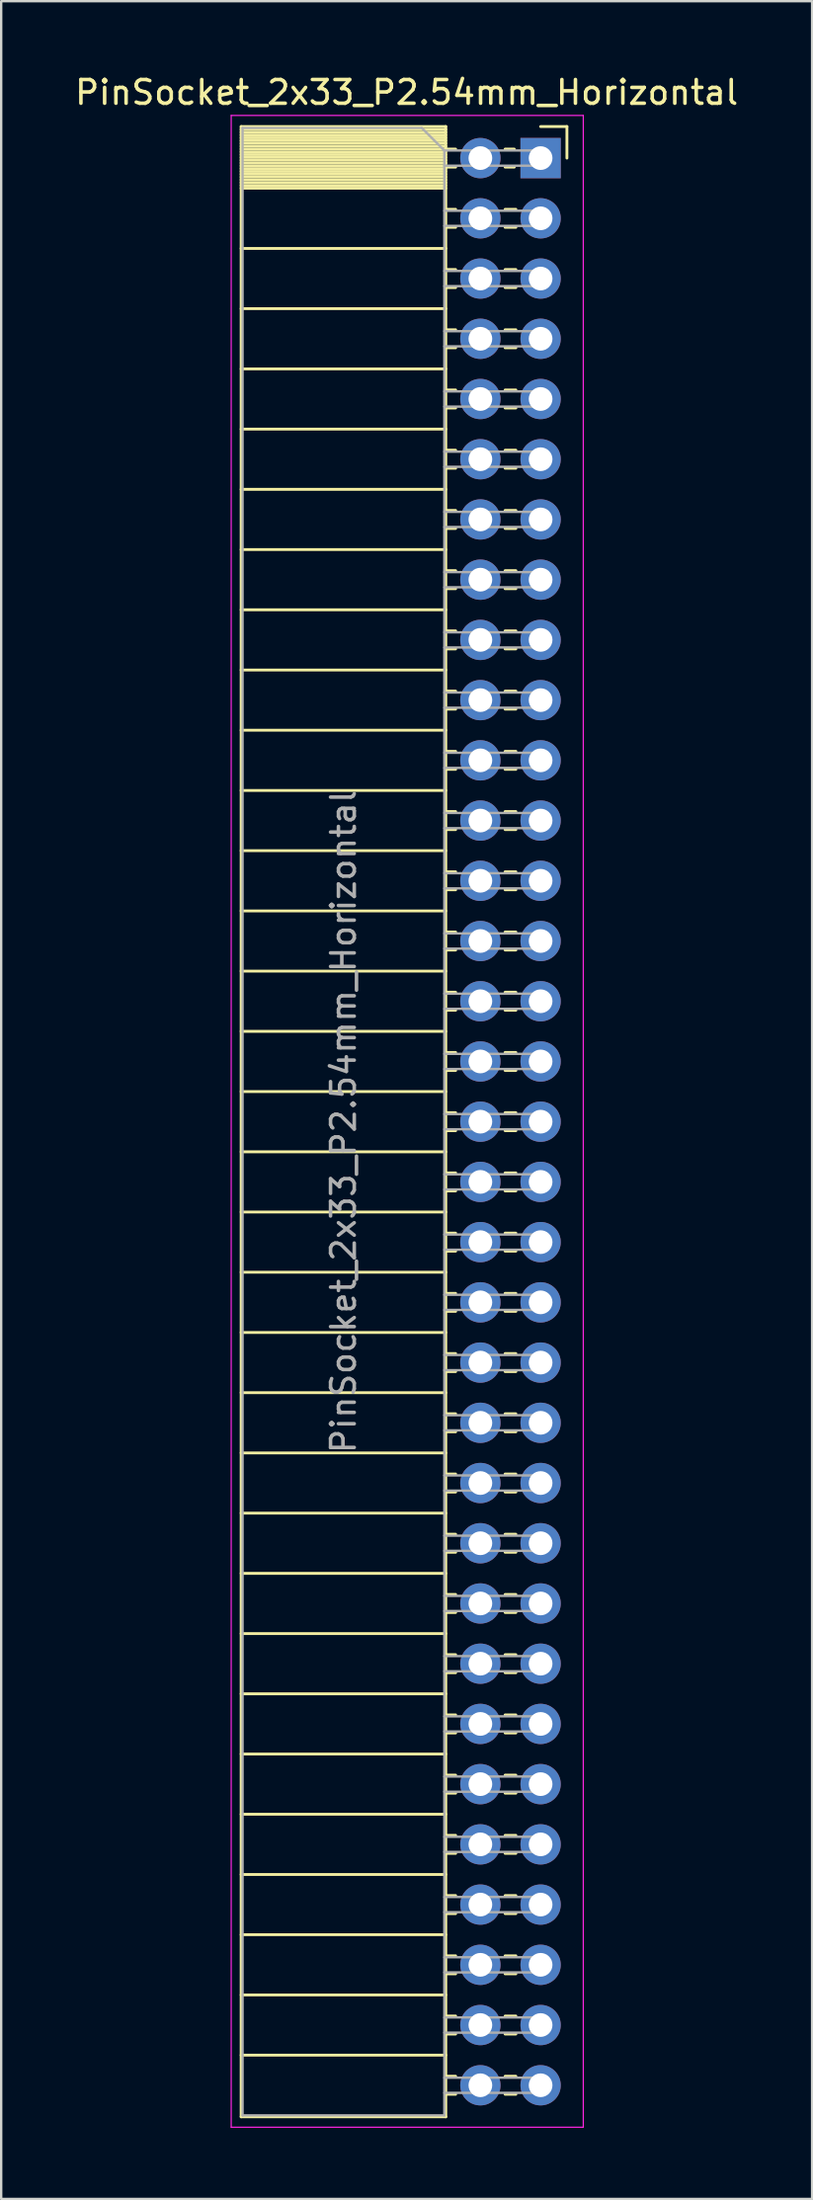
<source format=kicad_pcb>
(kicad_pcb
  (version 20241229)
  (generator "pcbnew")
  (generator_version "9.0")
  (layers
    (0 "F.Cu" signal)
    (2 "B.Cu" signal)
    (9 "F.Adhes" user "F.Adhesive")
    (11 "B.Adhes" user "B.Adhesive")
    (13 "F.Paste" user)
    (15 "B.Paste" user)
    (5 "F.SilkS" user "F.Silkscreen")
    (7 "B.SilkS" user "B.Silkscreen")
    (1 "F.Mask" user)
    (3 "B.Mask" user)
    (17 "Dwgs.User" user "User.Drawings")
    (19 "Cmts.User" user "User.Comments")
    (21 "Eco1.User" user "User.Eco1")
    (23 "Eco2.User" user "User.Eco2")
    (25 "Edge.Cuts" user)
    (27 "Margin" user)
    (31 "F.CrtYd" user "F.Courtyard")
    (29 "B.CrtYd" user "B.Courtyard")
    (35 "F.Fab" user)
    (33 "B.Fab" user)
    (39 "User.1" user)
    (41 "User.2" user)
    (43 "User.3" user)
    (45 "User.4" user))
  (footprint "PinSocket_2x33_P2.54mm_Horizontal"
    (layer "F.Cu")
    (at 19.751 3.618)
    (property "Reference" "PinSocket_2x33_P2.54mm_Horizontal" (at -5.65 -2.77 0) (layer "F.SilkS") (effects (font (size 1 1) (thickness 0.15))))
    (attr through_hole)
    (fp_line (start -12.63 -1.33) (end -12.63 82.61) (stroke (width 0.12) (type solid)) (layer "F.SilkS"))
    (fp_line (start -12.63 -1.33) (end -4 -1.33) (stroke (width 0.12) (type solid)) (layer "F.SilkS"))
    (fp_line (start -12.63 -1.21) (end -4 -1.21) (stroke (width 0.12) (type solid)) (layer "F.SilkS"))
    (fp_line (start -12.63 -1.092) (end -4 -1.092) (stroke (width 0.12) (type solid)) (layer "F.SilkS"))
    (fp_line (start -12.63 -0.974) (end -4 -0.974) (stroke (width 0.12) (type solid)) (layer "F.SilkS"))
    (fp_line (start -12.63 -0.856) (end -4 -0.856) (stroke (width 0.12) (type solid)) (layer "F.SilkS"))
    (fp_line (start -12.63 -0.738) (end -4 -0.738) (stroke (width 0.12) (type solid)) (layer "F.SilkS"))
    (fp_line (start -12.63 -0.62) (end -4 -0.62) (stroke (width 0.12) (type solid)) (layer "F.SilkS"))
    (fp_line (start -12.63 -0.501) (end -4 -0.501) (stroke (width 0.12) (type solid)) (layer "F.SilkS"))
    (fp_line (start -12.63 -0.383) (end -4 -0.383) (stroke (width 0.12) (type solid)) (layer "F.SilkS"))
    (fp_line (start -12.63 -0.265) (end -4 -0.265) (stroke (width 0.12) (type solid)) (layer "F.SilkS"))
    (fp_line (start -12.63 -0.147) (end -4 -0.147) (stroke (width 0.12) (type solid)) (layer "F.SilkS"))
    (fp_line (start -12.63 -0.029) (end -4 -0.029) (stroke (width 0.12) (type solid)) (layer "F.SilkS"))
    (fp_line (start -12.63 0.089) (end -4 0.089) (stroke (width 0.12) (type solid)) (layer "F.SilkS"))
    (fp_line (start -12.63 0.207) (end -4 0.207) (stroke (width 0.12) (type solid)) (layer "F.SilkS"))
    (fp_line (start -12.63 0.325) (end -4 0.325) (stroke (width 0.12) (type solid)) (layer "F.SilkS"))
    (fp_line (start -12.63 0.443) (end -4 0.443) (stroke (width 0.12) (type solid)) (layer "F.SilkS"))
    (fp_line (start -12.63 0.561) (end -4 0.561) (stroke (width 0.12) (type solid)) (layer "F.SilkS"))
    (fp_line (start -12.63 0.68) (end -4 0.68) (stroke (width 0.12) (type solid)) (layer "F.SilkS"))
    (fp_line (start -12.63 0.798) (end -4 0.798) (stroke (width 0.12) (type solid)) (layer "F.SilkS"))
    (fp_line (start -12.63 0.916) (end -4 0.916) (stroke (width 0.12) (type solid)) (layer "F.SilkS"))
    (fp_line (start -12.63 1.034) (end -4 1.034) (stroke (width 0.12) (type solid)) (layer "F.SilkS"))
    (fp_line (start -12.63 1.152) (end -4 1.152) (stroke (width 0.12) (type solid)) (layer "F.SilkS"))
    (fp_line (start -12.63 1.27) (end -4 1.27) (stroke (width 0.12) (type solid)) (layer "F.SilkS"))
    (fp_line (start -12.63 3.81) (end -4 3.81) (stroke (width 0.12) (type solid)) (layer "F.SilkS"))
    (fp_line (start -12.63 6.35) (end -4 6.35) (stroke (width 0.12) (type solid)) (layer "F.SilkS"))
    (fp_line (start -12.63 8.89) (end -4 8.89) (stroke (width 0.12) (type solid)) (layer "F.SilkS"))
    (fp_line (start -12.63 11.43) (end -4 11.43) (stroke (width 0.12) (type solid)) (layer "F.SilkS"))
    (fp_line (start -12.63 13.97) (end -4 13.97) (stroke (width 0.12) (type solid)) (layer "F.SilkS"))
    (fp_line (start -12.63 16.51) (end -4 16.51) (stroke (width 0.12) (type solid)) (layer "F.SilkS"))
    (fp_line (start -12.63 19.05) (end -4 19.05) (stroke (width 0.12) (type solid)) (layer "F.SilkS"))
    (fp_line (start -12.63 21.59) (end -4 21.59) (stroke (width 0.12) (type solid)) (layer "F.SilkS"))
    (fp_line (start -12.63 24.13) (end -4 24.13) (stroke (width 0.12) (type solid)) (layer "F.SilkS"))
    (fp_line (start -12.63 26.67) (end -4 26.67) (stroke (width 0.12) (type solid)) (layer "F.SilkS"))
    (fp_line (start -12.63 29.21) (end -4 29.21) (stroke (width 0.12) (type solid)) (layer "F.SilkS"))
    (fp_line (start -12.63 31.75) (end -4 31.75) (stroke (width 0.12) (type solid)) (layer "F.SilkS"))
    (fp_line (start -12.63 34.29) (end -4 34.29) (stroke (width 0.12) (type solid)) (layer "F.SilkS"))
    (fp_line (start -12.63 36.83) (end -4 36.83) (stroke (width 0.12) (type solid)) (layer "F.SilkS"))
    (fp_line (start -12.63 39.37) (end -4 39.37) (stroke (width 0.12) (type solid)) (layer "F.SilkS"))
    (fp_line (start -12.63 41.91) (end -4 41.91) (stroke (width 0.12) (type solid)) (layer "F.SilkS"))
    (fp_line (start -12.63 44.45) (end -4 44.45) (stroke (width 0.12) (type solid)) (layer "F.SilkS"))
    (fp_line (start -12.63 46.99) (end -4 46.99) (stroke (width 0.12) (type solid)) (layer "F.SilkS"))
    (fp_line (start -12.63 49.53) (end -4 49.53) (stroke (width 0.12) (type solid)) (layer "F.SilkS"))
    (fp_line (start -12.63 52.07) (end -4 52.07) (stroke (width 0.12) (type solid)) (layer "F.SilkS"))
    (fp_line (start -12.63 54.61) (end -4 54.61) (stroke (width 0.12) (type solid)) (layer "F.SilkS"))
    (fp_line (start -12.63 57.15) (end -4 57.15) (stroke (width 0.12) (type solid)) (layer "F.SilkS"))
    (fp_line (start -12.63 59.69) (end -4 59.69) (stroke (width 0.12) (type solid)) (layer "F.SilkS"))
    (fp_line (start -12.63 62.23) (end -4 62.23) (stroke (width 0.12) (type solid)) (layer "F.SilkS"))
    (fp_line (start -12.63 64.77) (end -4 64.77) (stroke (width 0.12) (type solid)) (layer "F.SilkS"))
    (fp_line (start -12.63 67.31) (end -4 67.31) (stroke (width 0.12) (type solid)) (layer "F.SilkS"))
    (fp_line (start -12.63 69.85) (end -4 69.85) (stroke (width 0.12) (type solid)) (layer "F.SilkS"))
    (fp_line (start -12.63 72.39) (end -4 72.39) (stroke (width 0.12) (type solid)) (layer "F.SilkS"))
    (fp_line (start -12.63 74.93) (end -4 74.93) (stroke (width 0.12) (type solid)) (layer "F.SilkS"))
    (fp_line (start -12.63 77.47) (end -4 77.47) (stroke (width 0.12) (type solid)) (layer "F.SilkS"))
    (fp_line (start -12.63 80.01) (end -4 80.01) (stroke (width 0.12) (type solid)) (layer "F.SilkS"))
    (fp_line (start -12.63 82.61) (end -4 82.61) (stroke (width 0.12) (type solid)) (layer "F.SilkS"))
    (fp_line (start -4 -1.33) (end -4 82.61) (stroke (width 0.12) (type solid)) (layer "F.SilkS"))
    (fp_line (start -4 -0.38) (end -3.583 -0.38) (stroke (width 0.12) (type solid)) (layer "F.SilkS"))
    (fp_line (start -4 0.38) (end -3.583 0.38) (stroke (width 0.12) (type solid)) (layer "F.SilkS"))
    (fp_line (start -4 2.16) (end -3.583 2.16) (stroke (width 0.12) (type solid)) (layer "F.SilkS"))
    (fp_line (start -4 2.92) (end -3.583 2.92) (stroke (width 0.12) (type solid)) (layer "F.SilkS"))
    (fp_line (start -4 4.7) (end -3.583 4.7) (stroke (width 0.12) (type solid)) (layer "F.SilkS"))
    (fp_line (start -4 5.46) (end -3.583 5.46) (stroke (width 0.12) (type solid)) (layer "F.SilkS"))
    (fp_line (start -4 7.24) (end -3.583 7.24) (stroke (width 0.12) (type solid)) (layer "F.SilkS"))
    (fp_line (start -4 8) (end -3.583 8) (stroke (width 0.12) (type solid)) (layer "F.SilkS"))
    (fp_line (start -4 9.78) (end -3.583 9.78) (stroke (width 0.12) (type solid)) (layer "F.SilkS"))
    (fp_line (start -4 10.54) (end -3.583 10.54) (stroke (width 0.12) (type solid)) (layer "F.SilkS"))
    (fp_line (start -4 12.32) (end -3.583 12.32) (stroke (width 0.12) (type solid)) (layer "F.SilkS"))
    (fp_line (start -4 13.08) (end -3.583 13.08) (stroke (width 0.12) (type solid)) (layer "F.SilkS"))
    (fp_line (start -4 14.86) (end -3.583 14.86) (stroke (width 0.12) (type solid)) (layer "F.SilkS"))
    (fp_line (start -4 15.62) (end -3.583 15.62) (stroke (width 0.12) (type solid)) (layer "F.SilkS"))
    (fp_line (start -4 17.4) (end -3.583 17.4) (stroke (width 0.12) (type solid)) (layer "F.SilkS"))
    (fp_line (start -4 18.16) (end -3.583 18.16) (stroke (width 0.12) (type solid)) (layer "F.SilkS"))
    (fp_line (start -4 19.94) (end -3.583 19.94) (stroke (width 0.12) (type solid)) (layer "F.SilkS"))
    (fp_line (start -4 20.7) (end -3.583 20.7) (stroke (width 0.12) (type solid)) (layer "F.SilkS"))
    (fp_line (start -4 22.48) (end -3.583 22.48) (stroke (width 0.12) (type solid)) (layer "F.SilkS"))
    (fp_line (start -4 23.24) (end -3.583 23.24) (stroke (width 0.12) (type solid)) (layer "F.SilkS"))
    (fp_line (start -4 25.02) (end -3.583 25.02) (stroke (width 0.12) (type solid)) (layer "F.SilkS"))
    (fp_line (start -4 25.78) (end -3.583 25.78) (stroke (width 0.12) (type solid)) (layer "F.SilkS"))
    (fp_line (start -4 27.56) (end -3.583 27.56) (stroke (width 0.12) (type solid)) (layer "F.SilkS"))
    (fp_line (start -4 28.32) (end -3.583 28.32) (stroke (width 0.12) (type solid)) (layer "F.SilkS"))
    (fp_line (start -4 30.1) (end -3.583 30.1) (stroke (width 0.12) (type solid)) (layer "F.SilkS"))
    (fp_line (start -4 30.86) (end -3.583 30.86) (stroke (width 0.12) (type solid)) (layer "F.SilkS"))
    (fp_line (start -4 32.64) (end -3.583 32.64) (stroke (width 0.12) (type solid)) (layer "F.SilkS"))
    (fp_line (start -4 33.4) (end -3.583 33.4) (stroke (width 0.12) (type solid)) (layer "F.SilkS"))
    (fp_line (start -4 35.18) (end -3.583 35.18) (stroke (width 0.12) (type solid)) (layer "F.SilkS"))
    (fp_line (start -4 35.94) (end -3.583 35.94) (stroke (width 0.12) (type solid)) (layer "F.SilkS"))
    (fp_line (start -4 37.72) (end -3.583 37.72) (stroke (width 0.12) (type solid)) (layer "F.SilkS"))
    (fp_line (start -4 38.48) (end -3.583 38.48) (stroke (width 0.12) (type solid)) (layer "F.SilkS"))
    (fp_line (start -4 40.26) (end -3.583 40.26) (stroke (width 0.12) (type solid)) (layer "F.SilkS"))
    (fp_line (start -4 41.02) (end -3.583 41.02) (stroke (width 0.12) (type solid)) (layer "F.SilkS"))
    (fp_line (start -4 42.8) (end -3.583 42.8) (stroke (width 0.12) (type solid)) (layer "F.SilkS"))
    (fp_line (start -4 43.56) (end -3.583 43.56) (stroke (width 0.12) (type solid)) (layer "F.SilkS"))
    (fp_line (start -4 45.34) (end -3.583 45.34) (stroke (width 0.12) (type solid)) (layer "F.SilkS"))
    (fp_line (start -4 46.1) (end -3.583 46.1) (stroke (width 0.12) (type solid)) (layer "F.SilkS"))
    (fp_line (start -4 47.88) (end -3.583 47.88) (stroke (width 0.12) (type solid)) (layer "F.SilkS"))
    (fp_line (start -4 48.64) (end -3.583 48.64) (stroke (width 0.12) (type solid)) (layer "F.SilkS"))
    (fp_line (start -4 50.42) (end -3.583 50.42) (stroke (width 0.12) (type solid)) (layer "F.SilkS"))
    (fp_line (start -4 51.18) (end -3.583 51.18) (stroke (width 0.12) (type solid)) (layer "F.SilkS"))
    (fp_line (start -4 52.96) (end -3.583 52.96) (stroke (width 0.12) (type solid)) (layer "F.SilkS"))
    (fp_line (start -4 53.72) (end -3.583 53.72) (stroke (width 0.12) (type solid)) (layer "F.SilkS"))
    (fp_line (start -4 55.5) (end -3.583 55.5) (stroke (width 0.12) (type solid)) (layer "F.SilkS"))
    (fp_line (start -4 56.26) (end -3.583 56.26) (stroke (width 0.12) (type solid)) (layer "F.SilkS"))
    (fp_line (start -4 58.04) (end -3.583 58.04) (stroke (width 0.12) (type solid)) (layer "F.SilkS"))
    (fp_line (start -4 58.8) (end -3.583 58.8) (stroke (width 0.12) (type solid)) (layer "F.SilkS"))
    (fp_line (start -4 60.58) (end -3.583 60.58) (stroke (width 0.12) (type solid)) (layer "F.SilkS"))
    (fp_line (start -4 61.34) (end -3.583 61.34) (stroke (width 0.12) (type solid)) (layer "F.SilkS"))
    (fp_line (start -4 63.12) (end -3.583 63.12) (stroke (width 0.12) (type solid)) (layer "F.SilkS"))
    (fp_line (start -4 63.88) (end -3.583 63.88) (stroke (width 0.12) (type solid)) (layer "F.SilkS"))
    (fp_line (start -4 65.66) (end -3.583 65.66) (stroke (width 0.12) (type solid)) (layer "F.SilkS"))
    (fp_line (start -4 66.42) (end -3.583 66.42) (stroke (width 0.12) (type solid)) (layer "F.SilkS"))
    (fp_line (start -4 68.2) (end -3.583 68.2) (stroke (width 0.12) (type solid)) (layer "F.SilkS"))
    (fp_line (start -4 68.96) (end -3.583 68.96) (stroke (width 0.12) (type solid)) (layer "F.SilkS"))
    (fp_line (start -4 70.74) (end -3.583 70.74) (stroke (width 0.12) (type solid)) (layer "F.SilkS"))
    (fp_line (start -4 71.5) (end -3.583 71.5) (stroke (width 0.12) (type solid)) (layer "F.SilkS"))
    (fp_line (start -4 73.28) (end -3.583 73.28) (stroke (width 0.12) (type solid)) (layer "F.SilkS"))
    (fp_line (start -4 74.04) (end -3.583 74.04) (stroke (width 0.12) (type solid)) (layer "F.SilkS"))
    (fp_line (start -4 75.82) (end -3.583 75.82) (stroke (width 0.12) (type solid)) (layer "F.SilkS"))
    (fp_line (start -4 76.58) (end -3.583 76.58) (stroke (width 0.12) (type solid)) (layer "F.SilkS"))
    (fp_line (start -4 78.36) (end -3.583 78.36) (stroke (width 0.12) (type solid)) (layer "F.SilkS"))
    (fp_line (start -4 79.12) (end -3.583 79.12) (stroke (width 0.12) (type solid)) (layer "F.SilkS"))
    (fp_line (start -4 80.9) (end -3.583 80.9) (stroke (width 0.12) (type solid)) (layer "F.SilkS"))
    (fp_line (start -4 81.66) (end -3.583 81.66) (stroke (width 0.12) (type solid)) (layer "F.SilkS"))
    (fp_line (start -1.497 -0.38) (end -1.11 -0.38) (stroke (width 0.12) (type solid)) (layer "F.SilkS"))
    (fp_line (start -1.497 0.38) (end -1.11 0.38) (stroke (width 0.12) (type solid)) (layer "F.SilkS"))
    (fp_line (start -1.497 2.16) (end -1.043 2.16) (stroke (width 0.12) (type solid)) (layer "F.SilkS"))
    (fp_line (start -1.497 2.92) (end -1.043 2.92) (stroke (width 0.12) (type solid)) (layer "F.SilkS"))
    (fp_line (start -1.497 4.7) (end -1.043 4.7) (stroke (width 0.12) (type solid)) (layer "F.SilkS"))
    (fp_line (start -1.497 5.46) (end -1.043 5.46) (stroke (width 0.12) (type solid)) (layer "F.SilkS"))
    (fp_line (start -1.497 7.24) (end -1.043 7.24) (stroke (width 0.12) (type solid)) (layer "F.SilkS"))
    (fp_line (start -1.497 8) (end -1.043 8) (stroke (width 0.12) (type solid)) (layer "F.SilkS"))
    (fp_line (start -1.497 9.78) (end -1.043 9.78) (stroke (width 0.12) (type solid)) (layer "F.SilkS"))
    (fp_line (start -1.497 10.54) (end -1.043 10.54) (stroke (width 0.12) (type solid)) (layer "F.SilkS"))
    (fp_line (start -1.497 12.32) (end -1.043 12.32) (stroke (width 0.12) (type solid)) (layer "F.SilkS"))
    (fp_line (start -1.497 13.08) (end -1.043 13.08) (stroke (width 0.12) (type solid)) (layer "F.SilkS"))
    (fp_line (start -1.497 14.86) (end -1.043 14.86) (stroke (width 0.12) (type solid)) (layer "F.SilkS"))
    (fp_line (start -1.497 15.62) (end -1.043 15.62) (stroke (width 0.12) (type solid)) (layer "F.SilkS"))
    (fp_line (start -1.497 17.4) (end -1.043 17.4) (stroke (width 0.12) (type solid)) (layer "F.SilkS"))
    (fp_line (start -1.497 18.16) (end -1.043 18.16) (stroke (width 0.12) (type solid)) (layer "F.SilkS"))
    (fp_line (start -1.497 19.94) (end -1.043 19.94) (stroke (width 0.12) (type solid)) (layer "F.SilkS"))
    (fp_line (start -1.497 20.7) (end -1.043 20.7) (stroke (width 0.12) (type solid)) (layer "F.SilkS"))
    (fp_line (start -1.497 22.48) (end -1.043 22.48) (stroke (width 0.12) (type solid)) (layer "F.SilkS"))
    (fp_line (start -1.497 23.24) (end -1.043 23.24) (stroke (width 0.12) (type solid)) (layer "F.SilkS"))
    (fp_line (start -1.497 25.02) (end -1.043 25.02) (stroke (width 0.12) (type solid)) (layer "F.SilkS"))
    (fp_line (start -1.497 25.78) (end -1.043 25.78) (stroke (width 0.12) (type solid)) (layer "F.SilkS"))
    (fp_line (start -1.497 27.56) (end -1.043 27.56) (stroke (width 0.12) (type solid)) (layer "F.SilkS"))
    (fp_line (start -1.497 28.32) (end -1.043 28.32) (stroke (width 0.12) (type solid)) (layer "F.SilkS"))
    (fp_line (start -1.497 30.1) (end -1.043 30.1) (stroke (width 0.12) (type solid)) (layer "F.SilkS"))
    (fp_line (start -1.497 30.86) (end -1.043 30.86) (stroke (width 0.12) (type solid)) (layer "F.SilkS"))
    (fp_line (start -1.497 32.64) (end -1.043 32.64) (stroke (width 0.12) (type solid)) (layer "F.SilkS"))
    (fp_line (start -1.497 33.4) (end -1.043 33.4) (stroke (width 0.12) (type solid)) (layer "F.SilkS"))
    (fp_line (start -1.497 35.18) (end -1.043 35.18) (stroke (width 0.12) (type solid)) (layer "F.SilkS"))
    (fp_line (start -1.497 35.94) (end -1.043 35.94) (stroke (width 0.12) (type solid)) (layer "F.SilkS"))
    (fp_line (start -1.497 37.72) (end -1.043 37.72) (stroke (width 0.12) (type solid)) (layer "F.SilkS"))
    (fp_line (start -1.497 38.48) (end -1.043 38.48) (stroke (width 0.12) (type solid)) (layer "F.SilkS"))
    (fp_line (start -1.497 40.26) (end -1.043 40.26) (stroke (width 0.12) (type solid)) (layer "F.SilkS"))
    (fp_line (start -1.497 41.02) (end -1.043 41.02) (stroke (width 0.12) (type solid)) (layer "F.SilkS"))
    (fp_line (start -1.497 42.8) (end -1.043 42.8) (stroke (width 0.12) (type solid)) (layer "F.SilkS"))
    (fp_line (start -1.497 43.56) (end -1.043 43.56) (stroke (width 0.12) (type solid)) (layer "F.SilkS"))
    (fp_line (start -1.497 45.34) (end -1.043 45.34) (stroke (width 0.12) (type solid)) (layer "F.SilkS"))
    (fp_line (start -1.497 46.1) (end -1.043 46.1) (stroke (width 0.12) (type solid)) (layer "F.SilkS"))
    (fp_line (start -1.497 47.88) (end -1.043 47.88) (stroke (width 0.12) (type solid)) (layer "F.SilkS"))
    (fp_line (start -1.497 48.64) (end -1.043 48.64) (stroke (width 0.12) (type solid)) (layer "F.SilkS"))
    (fp_line (start -1.497 50.42) (end -1.043 50.42) (stroke (width 0.12) (type solid)) (layer "F.SilkS"))
    (fp_line (start -1.497 51.18) (end -1.043 51.18) (stroke (width 0.12) (type solid)) (layer "F.SilkS"))
    (fp_line (start -1.497 52.96) (end -1.043 52.96) (stroke (width 0.12) (type solid)) (layer "F.SilkS"))
    (fp_line (start -1.497 53.72) (end -1.043 53.72) (stroke (width 0.12) (type solid)) (layer "F.SilkS"))
    (fp_line (start -1.497 55.5) (end -1.043 55.5) (stroke (width 0.12) (type solid)) (layer "F.SilkS"))
    (fp_line (start -1.497 56.26) (end -1.043 56.26) (stroke (width 0.12) (type solid)) (layer "F.SilkS"))
    (fp_line (start -1.497 58.04) (end -1.043 58.04) (stroke (width 0.12) (type solid)) (layer "F.SilkS"))
    (fp_line (start -1.497 58.8) (end -1.043 58.8) (stroke (width 0.12) (type solid)) (layer "F.SilkS"))
    (fp_line (start -1.497 60.58) (end -1.043 60.58) (stroke (width 0.12) (type solid)) (layer "F.SilkS"))
    (fp_line (start -1.497 61.34) (end -1.043 61.34) (stroke (width 0.12) (type solid)) (layer "F.SilkS"))
    (fp_line (start -1.497 63.12) (end -1.043 63.12) (stroke (width 0.12) (type solid)) (layer "F.SilkS"))
    (fp_line (start -1.497 63.88) (end -1.043 63.88) (stroke (width 0.12) (type solid)) (layer "F.SilkS"))
    (fp_line (start -1.497 65.66) (end -1.043 65.66) (stroke (width 0.12) (type solid)) (layer "F.SilkS"))
    (fp_line (start -1.497 66.42) (end -1.043 66.42) (stroke (width 0.12) (type solid)) (layer "F.SilkS"))
    (fp_line (start -1.497 68.2) (end -1.043 68.2) (stroke (width 0.12) (type solid)) (layer "F.SilkS"))
    (fp_line (start -1.497 68.96) (end -1.043 68.96) (stroke (width 0.12) (type solid)) (layer "F.SilkS"))
    (fp_line (start -1.497 70.74) (end -1.043 70.74) (stroke (width 0.12) (type solid)) (layer "F.SilkS"))
    (fp_line (start -1.497 71.5) (end -1.043 71.5) (stroke (width 0.12) (type solid)) (layer "F.SilkS"))
    (fp_line (start -1.497 73.28) (end -1.043 73.28) (stroke (width 0.12) (type solid)) (layer "F.SilkS"))
    (fp_line (start -1.497 74.04) (end -1.043 74.04) (stroke (width 0.12) (type solid)) (layer "F.SilkS"))
    (fp_line (start -1.497 75.82) (end -1.043 75.82) (stroke (width 0.12) (type solid)) (layer "F.SilkS"))
    (fp_line (start -1.497 76.58) (end -1.043 76.58) (stroke (width 0.12) (type solid)) (layer "F.SilkS"))
    (fp_line (start -1.497 78.36) (end -1.043 78.36) (stroke (width 0.12) (type solid)) (layer "F.SilkS"))
    (fp_line (start -1.497 79.12) (end -1.043 79.12) (stroke (width 0.12) (type solid)) (layer "F.SilkS"))
    (fp_line (start -1.497 80.9) (end -1.043 80.9) (stroke (width 0.12) (type solid)) (layer "F.SilkS"))
    (fp_line (start -1.497 81.66) (end -1.043 81.66) (stroke (width 0.12) (type solid)) (layer "F.SilkS"))
    (fp_line (start 0 -1.33) (end 1.11 -1.33) (stroke (width 0.12) (type solid)) (layer "F.SilkS"))
    (fp_line (start 1.11 -1.33) (end 1.11 0) (stroke (width 0.12) (type solid)) (layer "F.SilkS"))
    (fp_line (start -13.05 -1.8) (end -13.05 83.05) (stroke (width 0.05) (type solid)) (layer "F.CrtYd"))
    (fp_line (start -13.05 83.05) (end 1.8 83.05) (stroke (width 0.05) (type solid)) (layer "F.CrtYd"))
    (fp_line (start 1.8 -1.8) (end -13.05 -1.8) (stroke (width 0.05) (type solid)) (layer "F.CrtYd"))
    (fp_line (start 1.8 83.05) (end 1.8 -1.8) (stroke (width 0.05) (type solid)) (layer "F.CrtYd"))
    (fp_line (start -12.57 -1.27) (end -5.01 -1.27) (stroke (width 0.1) (type solid)) (layer "F.Fab"))
    (fp_line (start -12.57 82.55) (end -12.57 -1.27) (stroke (width 0.1) (type solid)) (layer "F.Fab"))
    (fp_line (start -5.01 -1.27) (end -4.06 -0.32) (stroke (width 0.1) (type solid)) (layer "F.Fab"))
    (fp_line (start -4.06 -0.32) (end -4.06 82.55) (stroke (width 0.1) (type solid)) (layer "F.Fab"))
    (fp_line (start -4.06 0.32) (end 0 0.32) (stroke (width 0.1) (type solid)) (layer "F.Fab"))
    (fp_line (start -4.06 2.86) (end 0 2.86) (stroke (width 0.1) (type solid)) (layer "F.Fab"))
    (fp_line (start -4.06 5.4) (end 0 5.4) (stroke (width 0.1) (type solid)) (layer "F.Fab"))
    (fp_line (start -4.06 7.94) (end 0 7.94) (stroke (width 0.1) (type solid)) (layer "F.Fab"))
    (fp_line (start -4.06 10.48) (end 0 10.48) (stroke (width 0.1) (type solid)) (layer "F.Fab"))
    (fp_line (start -4.06 13.02) (end 0 13.02) (stroke (width 0.1) (type solid)) (layer "F.Fab"))
    (fp_line (start -4.06 15.56) (end 0 15.56) (stroke (width 0.1) (type solid)) (layer "F.Fab"))
    (fp_line (start -4.06 18.1) (end 0 18.1) (stroke (width 0.1) (type solid)) (layer "F.Fab"))
    (fp_line (start -4.06 20.64) (end 0 20.64) (stroke (width 0.1) (type solid)) (layer "F.Fab"))
    (fp_line (start -4.06 23.18) (end 0 23.18) (stroke (width 0.1) (type solid)) (layer "F.Fab"))
    (fp_line (start -4.06 25.72) (end 0 25.72) (stroke (width 0.1) (type solid)) (layer "F.Fab"))
    (fp_line (start -4.06 28.26) (end 0 28.26) (stroke (width 0.1) (type solid)) (layer "F.Fab"))
    (fp_line (start -4.06 30.8) (end 0 30.8) (stroke (width 0.1) (type solid)) (layer "F.Fab"))
    (fp_line (start -4.06 33.34) (end 0 33.34) (stroke (width 0.1) (type solid)) (layer "F.Fab"))
    (fp_line (start -4.06 35.88) (end 0 35.88) (stroke (width 0.1) (type solid)) (layer "F.Fab"))
    (fp_line (start -4.06 38.42) (end 0 38.42) (stroke (width 0.1) (type solid)) (layer "F.Fab"))
    (fp_line (start -4.06 40.96) (end 0 40.96) (stroke (width 0.1) (type solid)) (layer "F.Fab"))
    (fp_line (start -4.06 43.5) (end 0 43.5) (stroke (width 0.1) (type solid)) (layer "F.Fab"))
    (fp_line (start -4.06 46.04) (end 0 46.04) (stroke (width 0.1) (type solid)) (layer "F.Fab"))
    (fp_line (start -4.06 48.58) (end 0 48.58) (stroke (width 0.1) (type solid)) (layer "F.Fab"))
    (fp_line (start -4.06 51.12) (end 0 51.12) (stroke (width 0.1) (type solid)) (layer "F.Fab"))
    (fp_line (start -4.06 53.66) (end 0 53.66) (stroke (width 0.1) (type solid)) (layer "F.Fab"))
    (fp_line (start -4.06 56.2) (end 0 56.2) (stroke (width 0.1) (type solid)) (layer "F.Fab"))
    (fp_line (start -4.06 58.74) (end 0 58.74) (stroke (width 0.1) (type solid)) (layer "F.Fab"))
    (fp_line (start -4.06 61.28) (end 0 61.28) (stroke (width 0.1) (type solid)) (layer "F.Fab"))
    (fp_line (start -4.06 63.82) (end 0 63.82) (stroke (width 0.1) (type solid)) (layer "F.Fab"))
    (fp_line (start -4.06 66.36) (end 0 66.36) (stroke (width 0.1) (type solid)) (layer "F.Fab"))
    (fp_line (start -4.06 68.9) (end 0 68.9) (stroke (width 0.1) (type solid)) (layer "F.Fab"))
    (fp_line (start -4.06 71.44) (end 0 71.44) (stroke (width 0.1) (type solid)) (layer "F.Fab"))
    (fp_line (start -4.06 73.98) (end 0 73.98) (stroke (width 0.1) (type solid)) (layer "F.Fab"))
    (fp_line (start -4.06 76.52) (end 0 76.52) (stroke (width 0.1) (type solid)) (layer "F.Fab"))
    (fp_line (start -4.06 79.06) (end 0 79.06) (stroke (width 0.1) (type solid)) (layer "F.Fab"))
    (fp_line (start -4.06 81.6) (end 0 81.6) (stroke (width 0.1) (type solid)) (layer "F.Fab"))
    (fp_line (start -4.06 82.55) (end -12.57 82.55) (stroke (width 0.1) (type solid)) (layer "F.Fab"))
    (fp_line (start 0 -0.32) (end -4.06 -0.32) (stroke (width 0.1) (type solid)) (layer "F.Fab"))
    (fp_line (start 0 0.32) (end 0 -0.32) (stroke (width 0.1) (type solid)) (layer "F.Fab"))
    (fp_line (start 0 2.22) (end -4.06 2.22) (stroke (width 0.1) (type solid)) (layer "F.Fab"))
    (fp_line (start 0 2.86) (end 0 2.22) (stroke (width 0.1) (type solid)) (layer "F.Fab"))
    (fp_line (start 0 4.76) (end -4.06 4.76) (stroke (width 0.1) (type solid)) (layer "F.Fab"))
    (fp_line (start 0 5.4) (end 0 4.76) (stroke (width 0.1) (type solid)) (layer "F.Fab"))
    (fp_line (start 0 7.3) (end -4.06 7.3) (stroke (width 0.1) (type solid)) (layer "F.Fab"))
    (fp_line (start 0 7.94) (end 0 7.3) (stroke (width 0.1) (type solid)) (layer "F.Fab"))
    (fp_line (start 0 9.84) (end -4.06 9.84) (stroke (width 0.1) (type solid)) (layer "F.Fab"))
    (fp_line (start 0 10.48) (end 0 9.84) (stroke (width 0.1) (type solid)) (layer "F.Fab"))
    (fp_line (start 0 12.38) (end -4.06 12.38) (stroke (width 0.1) (type solid)) (layer "F.Fab"))
    (fp_line (start 0 13.02) (end 0 12.38) (stroke (width 0.1) (type solid)) (layer "F.Fab"))
    (fp_line (start 0 14.92) (end -4.06 14.92) (stroke (width 0.1) (type solid)) (layer "F.Fab"))
    (fp_line (start 0 15.56) (end 0 14.92) (stroke (width 0.1) (type solid)) (layer "F.Fab"))
    (fp_line (start 0 17.46) (end -4.06 17.46) (stroke (width 0.1) (type solid)) (layer "F.Fab"))
    (fp_line (start 0 18.1) (end 0 17.46) (stroke (width 0.1) (type solid)) (layer "F.Fab"))
    (fp_line (start 0 20) (end -4.06 20) (stroke (width 0.1) (type solid)) (layer "F.Fab"))
    (fp_line (start 0 20.64) (end 0 20) (stroke (width 0.1) (type solid)) (layer "F.Fab"))
    (fp_line (start 0 22.54) (end -4.06 22.54) (stroke (width 0.1) (type solid)) (layer "F.Fab"))
    (fp_line (start 0 23.18) (end 0 22.54) (stroke (width 0.1) (type solid)) (layer "F.Fab"))
    (fp_line (start 0 25.08) (end -4.06 25.08) (stroke (width 0.1) (type solid)) (layer "F.Fab"))
    (fp_line (start 0 25.72) (end 0 25.08) (stroke (width 0.1) (type solid)) (layer "F.Fab"))
    (fp_line (start 0 27.62) (end -4.06 27.62) (stroke (width 0.1) (type solid)) (layer "F.Fab"))
    (fp_line (start 0 28.26) (end 0 27.62) (stroke (width 0.1) (type solid)) (layer "F.Fab"))
    (fp_line (start 0 30.16) (end -4.06 30.16) (stroke (width 0.1) (type solid)) (layer "F.Fab"))
    (fp_line (start 0 30.8) (end 0 30.16) (stroke (width 0.1) (type solid)) (layer "F.Fab"))
    (fp_line (start 0 32.7) (end -4.06 32.7) (stroke (width 0.1) (type solid)) (layer "F.Fab"))
    (fp_line (start 0 33.34) (end 0 32.7) (stroke (width 0.1) (type solid)) (layer "F.Fab"))
    (fp_line (start 0 35.24) (end -4.06 35.24) (stroke (width 0.1) (type solid)) (layer "F.Fab"))
    (fp_line (start 0 35.88) (end 0 35.24) (stroke (width 0.1) (type solid)) (layer "F.Fab"))
    (fp_line (start 0 37.78) (end -4.06 37.78) (stroke (width 0.1) (type solid)) (layer "F.Fab"))
    (fp_line (start 0 38.42) (end 0 37.78) (stroke (width 0.1) (type solid)) (layer "F.Fab"))
    (fp_line (start 0 40.32) (end -4.06 40.32) (stroke (width 0.1) (type solid)) (layer "F.Fab"))
    (fp_line (start 0 40.96) (end 0 40.32) (stroke (width 0.1) (type solid)) (layer "F.Fab"))
    (fp_line (start 0 42.86) (end -4.06 42.86) (stroke (width 0.1) (type solid)) (layer "F.Fab"))
    (fp_line (start 0 43.5) (end 0 42.86) (stroke (width 0.1) (type solid)) (layer "F.Fab"))
    (fp_line (start 0 45.4) (end -4.06 45.4) (stroke (width 0.1) (type solid)) (layer "F.Fab"))
    (fp_line (start 0 46.04) (end 0 45.4) (stroke (width 0.1) (type solid)) (layer "F.Fab"))
    (fp_line (start 0 47.94) (end -4.06 47.94) (stroke (width 0.1) (type solid)) (layer "F.Fab"))
    (fp_line (start 0 48.58) (end 0 47.94) (stroke (width 0.1) (type solid)) (layer "F.Fab"))
    (fp_line (start 0 50.48) (end -4.06 50.48) (stroke (width 0.1) (type solid)) (layer "F.Fab"))
    (fp_line (start 0 51.12) (end 0 50.48) (stroke (width 0.1) (type solid)) (layer "F.Fab"))
    (fp_line (start 0 53.02) (end -4.06 53.02) (stroke (width 0.1) (type solid)) (layer "F.Fab"))
    (fp_line (start 0 53.66) (end 0 53.02) (stroke (width 0.1) (type solid)) (layer "F.Fab"))
    (fp_line (start 0 55.56) (end -4.06 55.56) (stroke (width 0.1) (type solid)) (layer "F.Fab"))
    (fp_line (start 0 56.2) (end 0 55.56) (stroke (width 0.1) (type solid)) (layer "F.Fab"))
    (fp_line (start 0 58.1) (end -4.06 58.1) (stroke (width 0.1) (type solid)) (layer "F.Fab"))
    (fp_line (start 0 58.74) (end 0 58.1) (stroke (width 0.1) (type solid)) (layer "F.Fab"))
    (fp_line (start 0 60.64) (end -4.06 60.64) (stroke (width 0.1) (type solid)) (layer "F.Fab"))
    (fp_line (start 0 61.28) (end 0 60.64) (stroke (width 0.1) (type solid)) (layer "F.Fab"))
    (fp_line (start 0 63.18) (end -4.06 63.18) (stroke (width 0.1) (type solid)) (layer "F.Fab"))
    (fp_line (start 0 63.82) (end 0 63.18) (stroke (width 0.1) (type solid)) (layer "F.Fab"))
    (fp_line (start 0 65.72) (end -4.06 65.72) (stroke (width 0.1) (type solid)) (layer "F.Fab"))
    (fp_line (start 0 66.36) (end 0 65.72) (stroke (width 0.1) (type solid)) (layer "F.Fab"))
    (fp_line (start 0 68.26) (end -4.06 68.26) (stroke (width 0.1) (type solid)) (layer "F.Fab"))
    (fp_line (start 0 68.9) (end 0 68.26) (stroke (width 0.1) (type solid)) (layer "F.Fab"))
    (fp_line (start 0 70.8) (end -4.06 70.8) (stroke (width 0.1) (type solid)) (layer "F.Fab"))
    (fp_line (start 0 71.44) (end 0 70.8) (stroke (width 0.1) (type solid)) (layer "F.Fab"))
    (fp_line (start 0 73.34) (end -4.06 73.34) (stroke (width 0.1) (type solid)) (layer "F.Fab"))
    (fp_line (start 0 73.98) (end 0 73.34) (stroke (width 0.1) (type solid)) (layer "F.Fab"))
    (fp_line (start 0 75.88) (end -4.06 75.88) (stroke (width 0.1) (type solid)) (layer "F.Fab"))
    (fp_line (start 0 76.52) (end 0 75.88) (stroke (width 0.1) (type solid)) (layer "F.Fab"))
    (fp_line (start 0 78.42) (end -4.06 78.42) (stroke (width 0.1) (type solid)) (layer "F.Fab"))
    (fp_line (start 0 79.06) (end 0 78.42) (stroke (width 0.1) (type solid)) (layer "F.Fab"))
    (fp_line (start 0 80.96) (end -4.06 80.96) (stroke (width 0.1) (type solid)) (layer "F.Fab"))
    (fp_line (start 0 81.6) (end 0 80.96) (stroke (width 0.1) (type solid)) (layer "F.Fab"))
    (fp_text user "${REFERENCE}" (at -8.315 40.64 90) (layer "F.Fab") (effects (font (size 1 1) (thickness 0.15))))
    (pad "1" thru_hole rect (at 0 0) (size 1.7 1.7) (drill 1) (layers "*.Cu" "*.Mask"))
    (pad "2" thru_hole oval (at -2.54 0) (size 1.7 1.7) (drill 1) (layers "*.Cu" "*.Mask"))
    (pad "3" thru_hole oval (at 0 2.54) (size 1.7 1.7) (drill 1) (layers "*.Cu" "*.Mask"))
    (pad "4" thru_hole oval (at -2.54 2.54) (size 1.7 1.7) (drill 1) (layers "*.Cu" "*.Mask"))
    (pad "5" thru_hole oval (at 0 5.08) (size 1.7 1.7) (drill 1) (layers "*.Cu" "*.Mask"))
    (pad "6" thru_hole oval (at -2.54 5.08) (size 1.7 1.7) (drill 1) (layers "*.Cu" "*.Mask"))
    (pad "7" thru_hole oval (at 0 7.62) (size 1.7 1.7) (drill 1) (layers "*.Cu" "*.Mask"))
    (pad "8" thru_hole oval (at -2.54 7.62) (size 1.7 1.7) (drill 1) (layers "*.Cu" "*.Mask"))
    (pad "9" thru_hole oval (at 0 10.16) (size 1.7 1.7) (drill 1) (layers "*.Cu" "*.Mask"))
    (pad "10" thru_hole oval (at -2.54 10.16) (size 1.7 1.7) (drill 1) (layers "*.Cu" "*.Mask"))
    (pad "11" thru_hole oval (at 0 12.7) (size 1.7 1.7) (drill 1) (layers "*.Cu" "*.Mask"))
    (pad "12" thru_hole oval (at -2.54 12.7) (size 1.7 1.7) (drill 1) (layers "*.Cu" "*.Mask"))
    (pad "13" thru_hole oval (at 0 15.24) (size 1.7 1.7) (drill 1) (layers "*.Cu" "*.Mask"))
    (pad "14" thru_hole oval (at -2.54 15.24) (size 1.7 1.7) (drill 1) (layers "*.Cu" "*.Mask"))
    (pad "15" thru_hole oval (at 0 17.78) (size 1.7 1.7) (drill 1) (layers "*.Cu" "*.Mask"))
    (pad "16" thru_hole oval (at -2.54 17.78) (size 1.7 1.7) (drill 1) (layers "*.Cu" "*.Mask"))
    (pad "17" thru_hole oval (at 0 20.32) (size 1.7 1.7) (drill 1) (layers "*.Cu" "*.Mask"))
    (pad "18" thru_hole oval (at -2.54 20.32) (size 1.7 1.7) (drill 1) (layers "*.Cu" "*.Mask"))
    (pad "19" thru_hole oval (at 0 22.86) (size 1.7 1.7) (drill 1) (layers "*.Cu" "*.Mask"))
    (pad "20" thru_hole oval (at -2.54 22.86) (size 1.7 1.7) (drill 1) (layers "*.Cu" "*.Mask"))
    (pad "21" thru_hole oval (at 0 25.4) (size 1.7 1.7) (drill 1) (layers "*.Cu" "*.Mask"))
    (pad "22" thru_hole oval (at -2.54 25.4) (size 1.7 1.7) (drill 1) (layers "*.Cu" "*.Mask"))
    (pad "23" thru_hole oval (at 0 27.94) (size 1.7 1.7) (drill 1) (layers "*.Cu" "*.Mask"))
    (pad "24" thru_hole oval (at -2.54 27.94) (size 1.7 1.7) (drill 1) (layers "*.Cu" "*.Mask"))
    (pad "25" thru_hole oval (at 0 30.48) (size 1.7 1.7) (drill 1) (layers "*.Cu" "*.Mask"))
    (pad "26" thru_hole oval (at -2.54 30.48) (size 1.7 1.7) (drill 1) (layers "*.Cu" "*.Mask"))
    (pad "27" thru_hole oval (at 0 33.02) (size 1.7 1.7) (drill 1) (layers "*.Cu" "*.Mask"))
    (pad "28" thru_hole oval (at -2.54 33.02) (size 1.7 1.7) (drill 1) (layers "*.Cu" "*.Mask"))
    (pad "29" thru_hole oval (at 0 35.56) (size 1.7 1.7) (drill 1) (layers "*.Cu" "*.Mask"))
    (pad "30" thru_hole oval (at -2.54 35.56) (size 1.7 1.7) (drill 1) (layers "*.Cu" "*.Mask"))
    (pad "31" thru_hole oval (at 0 38.1) (size 1.7 1.7) (drill 1) (layers "*.Cu" "*.Mask"))
    (pad "32" thru_hole oval (at -2.54 38.1) (size 1.7 1.7) (drill 1) (layers "*.Cu" "*.Mask"))
    (pad "33" thru_hole oval (at 0 40.64) (size 1.7 1.7) (drill 1) (layers "*.Cu" "*.Mask"))
    (pad "34" thru_hole oval (at -2.54 40.64) (size 1.7 1.7) (drill 1) (layers "*.Cu" "*.Mask"))
    (pad "35" thru_hole oval (at 0 43.18) (size 1.7 1.7) (drill 1) (layers "*.Cu" "*.Mask"))
    (pad "36" thru_hole oval (at -2.54 43.18) (size 1.7 1.7) (drill 1) (layers "*.Cu" "*.Mask"))
    (pad "37" thru_hole oval (at 0 45.72) (size 1.7 1.7) (drill 1) (layers "*.Cu" "*.Mask"))
    (pad "38" thru_hole oval (at -2.54 45.72) (size 1.7 1.7) (drill 1) (layers "*.Cu" "*.Mask"))
    (pad "39" thru_hole oval (at 0 48.26) (size 1.7 1.7) (drill 1) (layers "*.Cu" "*.Mask"))
    (pad "40" thru_hole oval (at -2.54 48.26) (size 1.7 1.7) (drill 1) (layers "*.Cu" "*.Mask"))
    (pad "41" thru_hole oval (at 0 50.8) (size 1.7 1.7) (drill 1) (layers "*.Cu" "*.Mask"))
    (pad "42" thru_hole oval (at -2.54 50.8) (size 1.7 1.7) (drill 1) (layers "*.Cu" "*.Mask"))
    (pad "43" thru_hole oval (at 0 53.34) (size 1.7 1.7) (drill 1) (layers "*.Cu" "*.Mask"))
    (pad "44" thru_hole oval (at -2.54 53.34) (size 1.7 1.7) (drill 1) (layers "*.Cu" "*.Mask"))
    (pad "45" thru_hole oval (at 0 55.88) (size 1.7 1.7) (drill 1) (layers "*.Cu" "*.Mask"))
    (pad "46" thru_hole oval (at -2.54 55.88) (size 1.7 1.7) (drill 1) (layers "*.Cu" "*.Mask"))
    (pad "47" thru_hole oval (at 0 58.42) (size 1.7 1.7) (drill 1) (layers "*.Cu" "*.Mask"))
    (pad "48" thru_hole oval (at -2.54 58.42) (size 1.7 1.7) (drill 1) (layers "*.Cu" "*.Mask"))
    (pad "49" thru_hole oval (at 0 60.96) (size 1.7 1.7) (drill 1) (layers "*.Cu" "*.Mask"))
    (pad "50" thru_hole oval (at -2.54 60.96) (size 1.7 1.7) (drill 1) (layers "*.Cu" "*.Mask"))
    (pad "51" thru_hole oval (at 0 63.5) (size 1.7 1.7) (drill 1) (layers "*.Cu" "*.Mask"))
    (pad "52" thru_hole oval (at -2.54 63.5) (size 1.7 1.7) (drill 1) (layers "*.Cu" "*.Mask"))
    (pad "53" thru_hole oval (at 0 66.04) (size 1.7 1.7) (drill 1) (layers "*.Cu" "*.Mask"))
    (pad "54" thru_hole oval (at -2.54 66.04) (size 1.7 1.7) (drill 1) (layers "*.Cu" "*.Mask"))
    (pad "55" thru_hole oval (at 0 68.58) (size 1.7 1.7) (drill 1) (layers "*.Cu" "*.Mask"))
    (pad "56" thru_hole oval (at -2.54 68.58) (size 1.7 1.7) (drill 1) (layers "*.Cu" "*.Mask"))
    (pad "57" thru_hole oval (at 0 71.12) (size 1.7 1.7) (drill 1) (layers "*.Cu" "*.Mask"))
    (pad "58" thru_hole oval (at -2.54 71.12) (size 1.7 1.7) (drill 1) (layers "*.Cu" "*.Mask"))
    (pad "59" thru_hole oval (at 0 73.66) (size 1.7 1.7) (drill 1) (layers "*.Cu" "*.Mask"))
    (pad "60" thru_hole oval (at -2.54 73.66) (size 1.7 1.7) (drill 1) (layers "*.Cu" "*.Mask"))
    (pad "61" thru_hole oval (at 0 76.2) (size 1.7 1.7) (drill 1) (layers "*.Cu" "*.Mask"))
    (pad "62" thru_hole oval (at -2.54 76.2) (size 1.7 1.7) (drill 1) (layers "*.Cu" "*.Mask"))
    (pad "63" thru_hole oval (at 0 78.74) (size 1.7 1.7) (drill 1) (layers "*.Cu" "*.Mask"))
    (pad "64" thru_hole oval (at -2.54 78.74) (size 1.7 1.7) (drill 1) (layers "*.Cu" "*.Mask"))
    (pad "65" thru_hole oval (at 0 81.28) (size 1.7 1.7) (drill 1) (layers "*.Cu" "*.Mask"))
    (pad "66" thru_hole oval (at -2.54 81.28) (size 1.7 1.7) (drill 1) (layers "*.Cu" "*.Mask")))
  (gr_rect
    (start -3 -3)
    (end 31.202 89.693)
    (stroke (width 0.1) (type default))
    (fill no)
    (layer "Edge.Cuts")))
</source>
